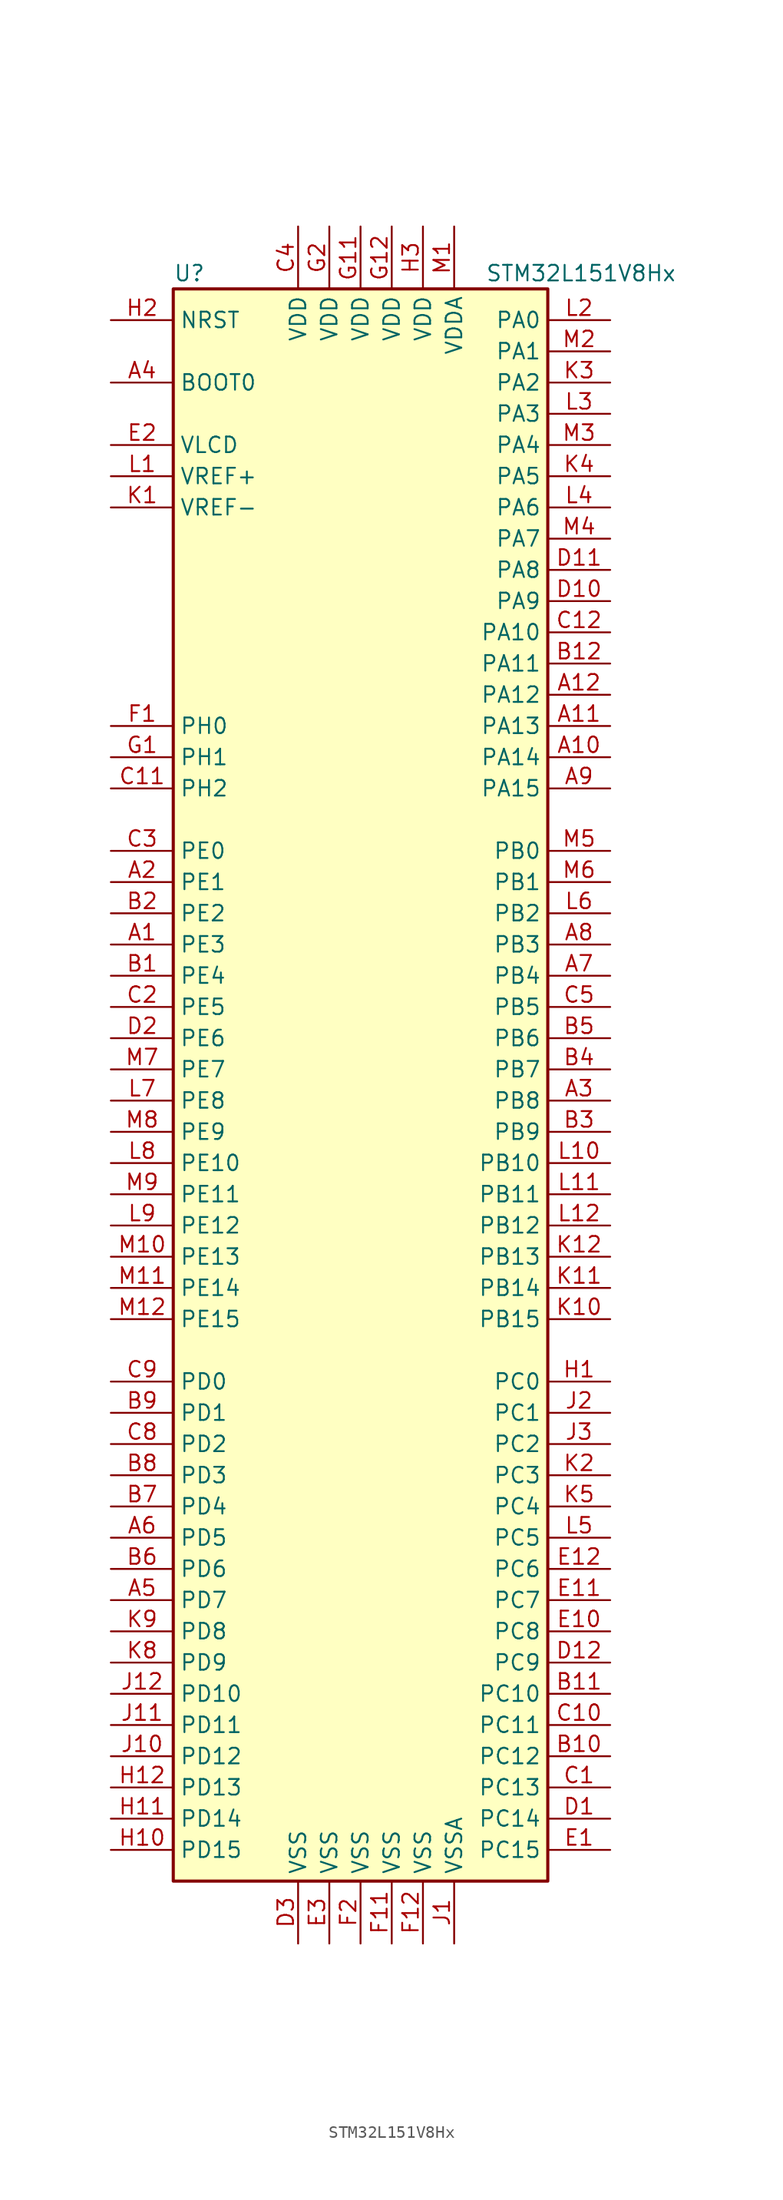
<source format=kicad_sym>
(kicad_symbol_lib
  (version 20201005)
  (generator kicad_symbol_editor)
  (symbol "MCU_ST_STM32L1:STM32L151V8Hx"
    (property "Reference" "U"
      (at -15.24 64.77 0)
      (effects (font (size 1.27 1.27)) (justify left)))
    (property "Value" "STM32L151V8Hx"
      (at 10.16 64.77 0)
      (effects (font (size 1.27 1.27)) (justify left)))
    (symbol "STM32L151V8Hx_0_1"
      (rectangle (start -15.24 -66.04) (end 15.24 63.5) (stroke (width 0.254)) (fill (type background))))
    (symbol "STM32L151V8Hx_1_1"
      (pin input line (at -20.32 55.88 0) (length 5.08) (name "BOOT0" (effects (font (size 1.27 1.27)))) (number "A4" (effects (font (size 1.27 1.27)))))
      (pin input line (at -20.32 60.96 0) (length 5.08) (name "NRST" (effects (font (size 1.27 1.27)))) (number "H2" (effects (font (size 1.27 1.27)))))
      (pin bidirectional line (at 20.32 60.96 180) (length 5.08) (name "PA0" (effects (font (size 1.27 1.27)))) (number "L2" (effects (font (size 1.27 1.27)))))
      (pin bidirectional line (at 20.32 58.42 180) (length 5.08) (name "PA1" (effects (font (size 1.27 1.27)))) (number "M2" (effects (font (size 1.27 1.27)))))
      (pin bidirectional line (at 20.32 35.56 180) (length 5.08) (name "PA10" (effects (font (size 1.27 1.27)))) (number "C12" (effects (font (size 1.27 1.27)))))
      (pin bidirectional line (at 20.32 33.02 180) (length 5.08) (name "PA11" (effects (font (size 1.27 1.27)))) (number "B12" (effects (font (size 1.27 1.27)))))
      (pin bidirectional line (at 20.32 30.48 180) (length 5.08) (name "PA12" (effects (font (size 1.27 1.27)))) (number "A12" (effects (font (size 1.27 1.27)))))
      (pin bidirectional line (at 20.32 27.94 180) (length 5.08) (name "PA13" (effects (font (size 1.27 1.27)))) (number "A11" (effects (font (size 1.27 1.27)))))
      (pin bidirectional line (at 20.32 25.4 180) (length 5.08) (name "PA14" (effects (font (size 1.27 1.27)))) (number "A10" (effects (font (size 1.27 1.27)))))
      (pin bidirectional line (at 20.32 22.86 180) (length 5.08) (name "PA15" (effects (font (size 1.27 1.27)))) (number "A9" (effects (font (size 1.27 1.27)))))
      (pin bidirectional line (at 20.32 55.88 180) (length 5.08) (name "PA2" (effects (font (size 1.27 1.27)))) (number "K3" (effects (font (size 1.27 1.27)))))
      (pin bidirectional line (at 20.32 53.34 180) (length 5.08) (name "PA3" (effects (font (size 1.27 1.27)))) (number "L3" (effects (font (size 1.27 1.27)))))
      (pin bidirectional line (at 20.32 50.8 180) (length 5.08) (name "PA4" (effects (font (size 1.27 1.27)))) (number "M3" (effects (font (size 1.27 1.27)))))
      (pin bidirectional line (at 20.32 48.26 180) (length 5.08) (name "PA5" (effects (font (size 1.27 1.27)))) (number "K4" (effects (font (size 1.27 1.27)))))
      (pin bidirectional line (at 20.32 45.72 180) (length 5.08) (name "PA6" (effects (font (size 1.27 1.27)))) (number "L4" (effects (font (size 1.27 1.27)))))
      (pin bidirectional line (at 20.32 43.18 180) (length 5.08) (name "PA7" (effects (font (size 1.27 1.27)))) (number "M4" (effects (font (size 1.27 1.27)))))
      (pin bidirectional line (at 20.32 40.64 180) (length 5.08) (name "PA8" (effects (font (size 1.27 1.27)))) (number "D11" (effects (font (size 1.27 1.27)))))
      (pin bidirectional line (at 20.32 38.1 180) (length 5.08) (name "PA9" (effects (font (size 1.27 1.27)))) (number "D10" (effects (font (size 1.27 1.27)))))
      (pin bidirectional line (at 20.32 17.78 180) (length 5.08) (name "PB0" (effects (font (size 1.27 1.27)))) (number "M5" (effects (font (size 1.27 1.27)))))
      (pin bidirectional line (at 20.32 15.24 180) (length 5.08) (name "PB1" (effects (font (size 1.27 1.27)))) (number "M6" (effects (font (size 1.27 1.27)))))
      (pin bidirectional line (at 20.32 -7.62 180) (length 5.08) (name "PB10" (effects (font (size 1.27 1.27)))) (number "L10" (effects (font (size 1.27 1.27)))))
      (pin bidirectional line (at 20.32 -10.16 180) (length 5.08) (name "PB11" (effects (font (size 1.27 1.27)))) (number "L11" (effects (font (size 1.27 1.27)))))
      (pin bidirectional line (at 20.32 -12.7 180) (length 5.08) (name "PB12" (effects (font (size 1.27 1.27)))) (number "L12" (effects (font (size 1.27 1.27)))))
      (pin bidirectional line (at 20.32 -15.24 180) (length 5.08) (name "PB13" (effects (font (size 1.27 1.27)))) (number "K12" (effects (font (size 1.27 1.27)))))
      (pin bidirectional line (at 20.32 -17.78 180) (length 5.08) (name "PB14" (effects (font (size 1.27 1.27)))) (number "K11" (effects (font (size 1.27 1.27)))))
      (pin bidirectional line (at 20.32 -20.32 180) (length 5.08) (name "PB15" (effects (font (size 1.27 1.27)))) (number "K10" (effects (font (size 1.27 1.27)))))
      (pin bidirectional line (at 20.32 12.7 180) (length 5.08) (name "PB2" (effects (font (size 1.27 1.27)))) (number "L6" (effects (font (size 1.27 1.27)))))
      (pin bidirectional line (at 20.32 10.16 180) (length 5.08) (name "PB3" (effects (font (size 1.27 1.27)))) (number "A8" (effects (font (size 1.27 1.27)))))
      (pin bidirectional line (at 20.32 7.62 180) (length 5.08) (name "PB4" (effects (font (size 1.27 1.27)))) (number "A7" (effects (font (size 1.27 1.27)))))
      (pin bidirectional line (at 20.32 5.08 180) (length 5.08) (name "PB5" (effects (font (size 1.27 1.27)))) (number "C5" (effects (font (size 1.27 1.27)))))
      (pin bidirectional line (at 20.32 2.54 180) (length 5.08) (name "PB6" (effects (font (size 1.27 1.27)))) (number "B5" (effects (font (size 1.27 1.27)))))
      (pin bidirectional line (at 20.32 0 180) (length 5.08) (name "PB7" (effects (font (size 1.27 1.27)))) (number "B4" (effects (font (size 1.27 1.27)))))
      (pin bidirectional line (at 20.32 -2.54 180) (length 5.08) (name "PB8" (effects (font (size 1.27 1.27)))) (number "A3" (effects (font (size 1.27 1.27)))))
      (pin bidirectional line (at 20.32 -5.08 180) (length 5.08) (name "PB9" (effects (font (size 1.27 1.27)))) (number "B3" (effects (font (size 1.27 1.27)))))
      (pin bidirectional line (at 20.32 -25.4 180) (length 5.08) (name "PC0" (effects (font (size 1.27 1.27)))) (number "H1" (effects (font (size 1.27 1.27)))))
      (pin bidirectional line (at 20.32 -27.94 180) (length 5.08) (name "PC1" (effects (font (size 1.27 1.27)))) (number "J2" (effects (font (size 1.27 1.27)))))
      (pin bidirectional line (at 20.32 -50.8 180) (length 5.08) (name "PC10" (effects (font (size 1.27 1.27)))) (number "B11" (effects (font (size 1.27 1.27)))))
      (pin bidirectional line (at 20.32 -53.34 180) (length 5.08) (name "PC11" (effects (font (size 1.27 1.27)))) (number "C10" (effects (font (size 1.27 1.27)))))
      (pin bidirectional line (at 20.32 -55.88 180) (length 5.08) (name "PC12" (effects (font (size 1.27 1.27)))) (number "B10" (effects (font (size 1.27 1.27)))))
      (pin bidirectional line (at 20.32 -58.42 180) (length 5.08) (name "PC13" (effects (font (size 1.27 1.27)))) (number "C1" (effects (font (size 1.27 1.27)))))
      (pin bidirectional line (at 20.32 -60.96 180) (length 5.08) (name "PC14" (effects (font (size 1.27 1.27)))) (number "D1" (effects (font (size 1.27 1.27)))))
      (pin bidirectional line (at 20.32 -63.5 180) (length 5.08) (name "PC15" (effects (font (size 1.27 1.27)))) (number "E1" (effects (font (size 1.27 1.27)))))
      (pin bidirectional line (at 20.32 -30.48 180) (length 5.08) (name "PC2" (effects (font (size 1.27 1.27)))) (number "J3" (effects (font (size 1.27 1.27)))))
      (pin bidirectional line (at 20.32 -33.02 180) (length 5.08) (name "PC3" (effects (font (size 1.27 1.27)))) (number "K2" (effects (font (size 1.27 1.27)))))
      (pin bidirectional line (at 20.32 -35.56 180) (length 5.08) (name "PC4" (effects (font (size 1.27 1.27)))) (number "K5" (effects (font (size 1.27 1.27)))))
      (pin bidirectional line (at 20.32 -38.1 180) (length 5.08) (name "PC5" (effects (font (size 1.27 1.27)))) (number "L5" (effects (font (size 1.27 1.27)))))
      (pin bidirectional line (at 20.32 -40.64 180) (length 5.08) (name "PC6" (effects (font (size 1.27 1.27)))) (number "E12" (effects (font (size 1.27 1.27)))))
      (pin bidirectional line (at 20.32 -43.18 180) (length 5.08) (name "PC7" (effects (font (size 1.27 1.27)))) (number "E11" (effects (font (size 1.27 1.27)))))
      (pin bidirectional line (at 20.32 -45.72 180) (length 5.08) (name "PC8" (effects (font (size 1.27 1.27)))) (number "E10" (effects (font (size 1.27 1.27)))))
      (pin bidirectional line (at 20.32 -48.26 180) (length 5.08) (name "PC9" (effects (font (size 1.27 1.27)))) (number "D12" (effects (font (size 1.27 1.27)))))
      (pin bidirectional line (at -20.32 -25.4 0) (length 5.08) (name "PD0" (effects (font (size 1.27 1.27)))) (number "C9" (effects (font (size 1.27 1.27)))))
      (pin bidirectional line (at -20.32 -27.94 0) (length 5.08) (name "PD1" (effects (font (size 1.27 1.27)))) (number "B9" (effects (font (size 1.27 1.27)))))
      (pin bidirectional line (at -20.32 -50.8 0) (length 5.08) (name "PD10" (effects (font (size 1.27 1.27)))) (number "J12" (effects (font (size 1.27 1.27)))))
      (pin bidirectional line (at -20.32 -53.34 0) (length 5.08) (name "PD11" (effects (font (size 1.27 1.27)))) (number "J11" (effects (font (size 1.27 1.27)))))
      (pin bidirectional line (at -20.32 -55.88 0) (length 5.08) (name "PD12" (effects (font (size 1.27 1.27)))) (number "J10" (effects (font (size 1.27 1.27)))))
      (pin bidirectional line (at -20.32 -58.42 0) (length 5.08) (name "PD13" (effects (font (size 1.27 1.27)))) (number "H12" (effects (font (size 1.27 1.27)))))
      (pin bidirectional line (at -20.32 -60.96 0) (length 5.08) (name "PD14" (effects (font (size 1.27 1.27)))) (number "H11" (effects (font (size 1.27 1.27)))))
      (pin bidirectional line (at -20.32 -63.5 0) (length 5.08) (name "PD15" (effects (font (size 1.27 1.27)))) (number "H10" (effects (font (size 1.27 1.27)))))
      (pin bidirectional line (at -20.32 -30.48 0) (length 5.08) (name "PD2" (effects (font (size 1.27 1.27)))) (number "C8" (effects (font (size 1.27 1.27)))))
      (pin bidirectional line (at -20.32 -33.02 0) (length 5.08) (name "PD3" (effects (font (size 1.27 1.27)))) (number "B8" (effects (font (size 1.27 1.27)))))
      (pin bidirectional line (at -20.32 -35.56 0) (length 5.08) (name "PD4" (effects (font (size 1.27 1.27)))) (number "B7" (effects (font (size 1.27 1.27)))))
      (pin bidirectional line (at -20.32 -38.1 0) (length 5.08) (name "PD5" (effects (font (size 1.27 1.27)))) (number "A6" (effects (font (size 1.27 1.27)))))
      (pin bidirectional line (at -20.32 -40.64 0) (length 5.08) (name "PD6" (effects (font (size 1.27 1.27)))) (number "B6" (effects (font (size 1.27 1.27)))))
      (pin bidirectional line (at -20.32 -43.18 0) (length 5.08) (name "PD7" (effects (font (size 1.27 1.27)))) (number "A5" (effects (font (size 1.27 1.27)))))
      (pin bidirectional line (at -20.32 -45.72 0) (length 5.08) (name "PD8" (effects (font (size 1.27 1.27)))) (number "K9" (effects (font (size 1.27 1.27)))))
      (pin bidirectional line (at -20.32 -48.26 0) (length 5.08) (name "PD9" (effects (font (size 1.27 1.27)))) (number "K8" (effects (font (size 1.27 1.27)))))
      (pin bidirectional line (at -20.32 17.78 0) (length 5.08) (name "PE0" (effects (font (size 1.27 1.27)))) (number "C3" (effects (font (size 1.27 1.27)))))
      (pin bidirectional line (at -20.32 15.24 0) (length 5.08) (name "PE1" (effects (font (size 1.27 1.27)))) (number "A2" (effects (font (size 1.27 1.27)))))
      (pin bidirectional line (at -20.32 -7.62 0) (length 5.08) (name "PE10" (effects (font (size 1.27 1.27)))) (number "L8" (effects (font (size 1.27 1.27)))))
      (pin bidirectional line (at -20.32 -10.16 0) (length 5.08) (name "PE11" (effects (font (size 1.27 1.27)))) (number "M9" (effects (font (size 1.27 1.27)))))
      (pin bidirectional line (at -20.32 -12.7 0) (length 5.08) (name "PE12" (effects (font (size 1.27 1.27)))) (number "L9" (effects (font (size 1.27 1.27)))))
      (pin bidirectional line (at -20.32 -15.24 0) (length 5.08) (name "PE13" (effects (font (size 1.27 1.27)))) (number "M10" (effects (font (size 1.27 1.27)))))
      (pin bidirectional line (at -20.32 -17.78 0) (length 5.08) (name "PE14" (effects (font (size 1.27 1.27)))) (number "M11" (effects (font (size 1.27 1.27)))))
      (pin bidirectional line (at -20.32 -20.32 0) (length 5.08) (name "PE15" (effects (font (size 1.27 1.27)))) (number "M12" (effects (font (size 1.27 1.27)))))
      (pin bidirectional line (at -20.32 12.7 0) (length 5.08) (name "PE2" (effects (font (size 1.27 1.27)))) (number "B2" (effects (font (size 1.27 1.27)))))
      (pin bidirectional line (at -20.32 10.16 0) (length 5.08) (name "PE3" (effects (font (size 1.27 1.27)))) (number "A1" (effects (font (size 1.27 1.27)))))
      (pin bidirectional line (at -20.32 7.62 0) (length 5.08) (name "PE4" (effects (font (size 1.27 1.27)))) (number "B1" (effects (font (size 1.27 1.27)))))
      (pin bidirectional line (at -20.32 5.08 0) (length 5.08) (name "PE5" (effects (font (size 1.27 1.27)))) (number "C2" (effects (font (size 1.27 1.27)))))
      (pin bidirectional line (at -20.32 2.54 0) (length 5.08) (name "PE6" (effects (font (size 1.27 1.27)))) (number "D2" (effects (font (size 1.27 1.27)))))
      (pin bidirectional line (at -20.32 0 0) (length 5.08) (name "PE7" (effects (font (size 1.27 1.27)))) (number "M7" (effects (font (size 1.27 1.27)))))
      (pin bidirectional line (at -20.32 -2.54 0) (length 5.08) (name "PE8" (effects (font (size 1.27 1.27)))) (number "L7" (effects (font (size 1.27 1.27)))))
      (pin bidirectional line (at -20.32 -5.08 0) (length 5.08) (name "PE9" (effects (font (size 1.27 1.27)))) (number "M8" (effects (font (size 1.27 1.27)))))
      (pin input line (at -20.32 27.94 0) (length 5.08) (name "PH0" (effects (font (size 1.27 1.27)))) (number "F1" (effects (font (size 1.27 1.27)))))
      (pin input line (at -20.32 25.4 0) (length 5.08) (name "PH1" (effects (font (size 1.27 1.27)))) (number "G1" (effects (font (size 1.27 1.27)))))
      (pin bidirectional line (at -20.32 22.86 0) (length 5.08) (name "PH2" (effects (font (size 1.27 1.27)))) (number "C11" (effects (font (size 1.27 1.27)))))
      (pin power_in line (at -5.08 68.58 270) (length 5.08) (name "VDD" (effects (font (size 1.27 1.27)))) (number "C4" (effects (font (size 1.27 1.27)))))
      (pin power_in line (at 0 68.58 270) (length 5.08) (name "VDD" (effects (font (size 1.27 1.27)))) (number "G11" (effects (font (size 1.27 1.27)))))
      (pin power_in line (at 2.54 68.58 270) (length 5.08) (name "VDD" (effects (font (size 1.27 1.27)))) (number "G12" (effects (font (size 1.27 1.27)))))
      (pin power_in line (at -2.54 68.58 270) (length 5.08) (name "VDD" (effects (font (size 1.27 1.27)))) (number "G2" (effects (font (size 1.27 1.27)))))
      (pin power_in line (at 5.08 68.58 270) (length 5.08) (name "VDD" (effects (font (size 1.27 1.27)))) (number "H3" (effects (font (size 1.27 1.27)))))
      (pin power_in line (at 7.62 68.58 270) (length 5.08) (name "VDDA" (effects (font (size 1.27 1.27)))) (number "M1" (effects (font (size 1.27 1.27)))))
      (pin power_in line (at -20.32 50.8 0) (length 5.08) (name "VLCD" (effects (font (size 1.27 1.27)))) (number "E2" (effects (font (size 1.27 1.27)))))
      (pin power_in line (at -20.32 48.26 0) (length 5.08) (name "VREF+" (effects (font (size 1.27 1.27)))) (number "L1" (effects (font (size 1.27 1.27)))))
      (pin power_in line (at -20.32 45.72 0) (length 5.08) (name "VREF-" (effects (font (size 1.27 1.27)))) (number "K1" (effects (font (size 1.27 1.27)))))
      (pin power_in line (at -5.08 -71.12 90) (length 5.08) (name "VSS" (effects (font (size 1.27 1.27)))) (number "D3" (effects (font (size 1.27 1.27)))))
      (pin power_in line (at -2.54 -71.12 90) (length 5.08) (name "VSS" (effects (font (size 1.27 1.27)))) (number "E3" (effects (font (size 1.27 1.27)))))
      (pin power_in line (at 2.54 -71.12 90) (length 5.08) (name "VSS" (effects (font (size 1.27 1.27)))) (number "F11" (effects (font (size 1.27 1.27)))))
      (pin power_in line (at 5.08 -71.12 90) (length 5.08) (name "VSS" (effects (font (size 1.27 1.27)))) (number "F12" (effects (font (size 1.27 1.27)))))
      (pin power_in line (at 0 -71.12 90) (length 5.08) (name "VSS" (effects (font (size 1.27 1.27)))) (number "F2" (effects (font (size 1.27 1.27)))))
      (pin power_in line (at 7.62 -71.12 90) (length 5.08) (name "VSSA" (effects (font (size 1.27 1.27)))) (number "J1" (effects (font (size 1.27 1.27))))))))
</source>
